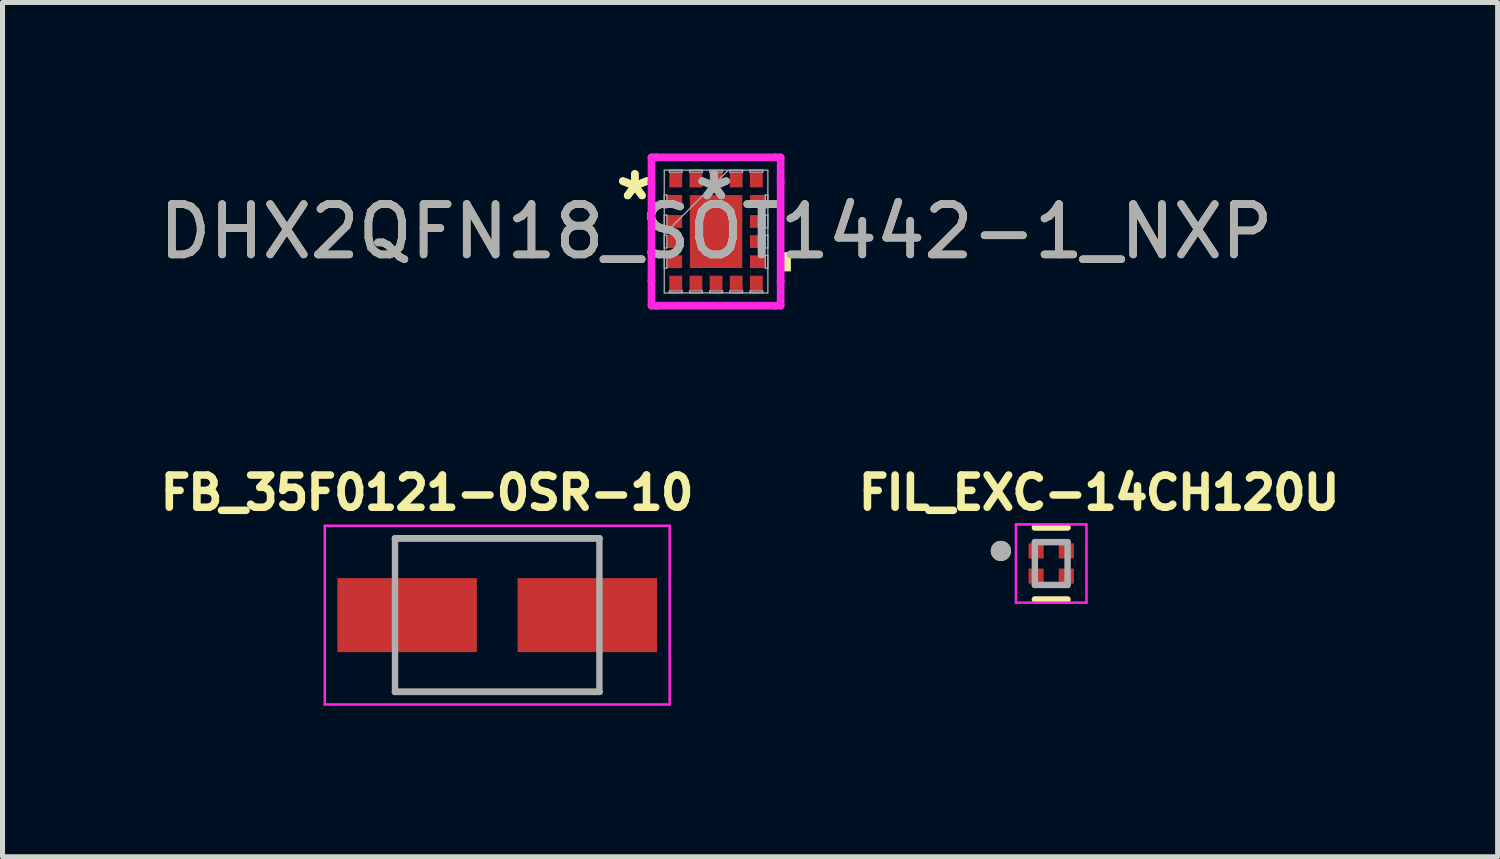
<source format=kicad_pcb>
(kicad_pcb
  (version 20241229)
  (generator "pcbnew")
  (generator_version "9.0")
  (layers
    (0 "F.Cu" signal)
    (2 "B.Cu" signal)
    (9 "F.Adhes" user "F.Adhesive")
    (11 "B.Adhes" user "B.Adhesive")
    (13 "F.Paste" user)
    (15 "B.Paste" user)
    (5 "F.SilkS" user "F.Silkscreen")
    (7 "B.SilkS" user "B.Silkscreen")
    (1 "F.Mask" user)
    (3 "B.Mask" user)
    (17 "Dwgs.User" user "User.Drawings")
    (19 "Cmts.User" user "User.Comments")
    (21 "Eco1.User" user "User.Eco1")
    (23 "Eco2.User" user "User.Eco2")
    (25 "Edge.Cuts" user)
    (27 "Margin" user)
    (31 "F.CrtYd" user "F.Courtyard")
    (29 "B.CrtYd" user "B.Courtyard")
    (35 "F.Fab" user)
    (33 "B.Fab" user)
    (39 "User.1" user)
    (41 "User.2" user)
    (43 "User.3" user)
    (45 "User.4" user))
  (footprint "DHX2QFN18_SOT1442-1_NXP"
    (layer "F.Cu")
    (at 11.173 1.549)
    (property "Reference" "DHX2QFN18_SOT1442-1_NXP" (at 0 0 0) (unlocked yes) (layer "F.SilkS") (effects (font (size 1 1) (thickness 0.15))))
    (attr smd)
    (fp_poly (pts (xy 1.486 0.41) (xy 1.486 0.791) (xy 1.232 0.791) (xy 1.232 0.41)) (stroke (width 0) (type solid)) (fill yes) (layer "F.SilkS"))
    (fp_line (start -1.283 -1.473) (end -1.181 -1.473) (stroke (width 0.152) (type solid)) (layer "F.CrtYd"))
    (fp_line (start -1.283 -0.981) (end -1.283 -1.473) (stroke (width 0.152) (type solid)) (layer "F.CrtYd"))
    (fp_line (start -1.283 -0.981) (end -1.283 -0.981) (stroke (width 0.152) (type solid)) (layer "F.CrtYd"))
    (fp_line (start -1.283 0.981) (end -1.283 -0.981) (stroke (width 0.152) (type solid)) (layer "F.CrtYd"))
    (fp_line (start -1.283 0.981) (end -1.283 0.981) (stroke (width 0.152) (type solid)) (layer "F.CrtYd"))
    (fp_line (start -1.283 1.473) (end -1.283 0.981) (stroke (width 0.152) (type solid)) (layer "F.CrtYd"))
    (fp_line (start -1.181 -1.473) (end -1.181 -1.473) (stroke (width 0.152) (type solid)) (layer "F.CrtYd"))
    (fp_line (start -1.181 -1.473) (end 1.181 -1.473) (stroke (width 0.152) (type solid)) (layer "F.CrtYd"))
    (fp_line (start -1.181 1.473) (end -1.283 1.473) (stroke (width 0.152) (type solid)) (layer "F.CrtYd"))
    (fp_line (start -1.181 1.473) (end -1.181 1.473) (stroke (width 0.152) (type solid)) (layer "F.CrtYd"))
    (fp_line (start 1.181 -1.473) (end 1.181 -1.473) (stroke (width 0.152) (type solid)) (layer "F.CrtYd"))
    (fp_line (start 1.181 -1.473) (end 1.283 -1.473) (stroke (width 0.152) (type solid)) (layer "F.CrtYd"))
    (fp_line (start 1.181 1.473) (end -1.181 1.473) (stroke (width 0.152) (type solid)) (layer "F.CrtYd"))
    (fp_line (start 1.181 1.473) (end 1.181 1.473) (stroke (width 0.152) (type solid)) (layer "F.CrtYd"))
    (fp_line (start 1.283 -1.473) (end 1.283 -0.981) (stroke (width 0.152) (type solid)) (layer "F.CrtYd"))
    (fp_line (start 1.283 -0.981) (end 1.283 -0.981) (stroke (width 0.152) (type solid)) (layer "F.CrtYd"))
    (fp_line (start 1.283 -0.981) (end 1.283 0.981) (stroke (width 0.152) (type solid)) (layer "F.CrtYd"))
    (fp_line (start 1.283 0.981) (end 1.283 0.981) (stroke (width 0.152) (type solid)) (layer "F.CrtYd"))
    (fp_line (start 1.283 0.981) (end 1.283 1.473) (stroke (width 0.152) (type solid)) (layer "F.CrtYd"))
    (fp_line (start 1.283 1.473) (end 1.181 1.473) (stroke (width 0.152) (type solid)) (layer "F.CrtYd"))
    (fp_line (start -1.029 -1.219) (end -1.029 1.219) (stroke (width 0.025) (type solid)) (layer "F.Fab"))
    (fp_line (start -1.029 -0.727) (end -0.978 -0.727) (stroke (width 0.025) (type solid)) (layer "F.Fab"))
    (fp_line (start -1.029 -0.473) (end -1.029 -0.727) (stroke (width 0.025) (type solid)) (layer "F.Fab"))
    (fp_line (start -1.029 -0.327) (end -0.978 -0.327) (stroke (width 0.025) (type solid)) (layer "F.Fab"))
    (fp_line (start -1.029 -0.073) (end -1.029 -0.327) (stroke (width 0.025) (type solid)) (layer "F.Fab"))
    (fp_line (start -1.029 0.051) (end 0.241 -1.219) (stroke (width 0.025) (type solid)) (layer "F.Fab"))
    (fp_line (start -1.029 0.073) (end -0.978 0.073) (stroke (width 0.025) (type solid)) (layer "F.Fab"))
    (fp_line (start -1.029 0.327) (end -1.029 0.073) (stroke (width 0.025) (type solid)) (layer "F.Fab"))
    (fp_line (start -1.029 0.473) (end -0.978 0.473) (stroke (width 0.025) (type solid)) (layer "F.Fab"))
    (fp_line (start -1.029 0.727) (end -1.029 0.473) (stroke (width 0.025) (type solid)) (layer "F.Fab"))
    (fp_line (start -1.029 1.219) (end 1.029 1.219) (stroke (width 0.025) (type solid)) (layer "F.Fab"))
    (fp_line (start -0.978 -0.727) (end -0.978 -0.473) (stroke (width 0.025) (type solid)) (layer "F.Fab"))
    (fp_line (start -0.978 -0.473) (end -1.029 -0.473) (stroke (width 0.025) (type solid)) (layer "F.Fab"))
    (fp_line (start -0.978 -0.327) (end -0.978 -0.073) (stroke (width 0.025) (type solid)) (layer "F.Fab"))
    (fp_line (start -0.978 -0.073) (end -1.029 -0.073) (stroke (width 0.025) (type solid)) (layer "F.Fab"))
    (fp_line (start -0.978 0.073) (end -0.978 0.327) (stroke (width 0.025) (type solid)) (layer "F.Fab"))
    (fp_line (start -0.978 0.327) (end -1.029 0.327) (stroke (width 0.025) (type solid)) (layer "F.Fab"))
    (fp_line (start -0.978 0.473) (end -0.978 0.727) (stroke (width 0.025) (type solid)) (layer "F.Fab"))
    (fp_line (start -0.978 0.727) (end -1.029 0.727) (stroke (width 0.025) (type solid)) (layer "F.Fab"))
    (fp_line (start -0.927 -1.219) (end -0.673 -1.219) (stroke (width 0.025) (type solid)) (layer "F.Fab"))
    (fp_line (start -0.927 -1.181) (end -0.927 -1.219) (stroke (width 0.025) (type solid)) (layer "F.Fab"))
    (fp_line (start -0.927 1.181) (end -0.673 1.181) (stroke (width 0.025) (type solid)) (layer "F.Fab"))
    (fp_line (start -0.927 1.219) (end -0.927 1.181) (stroke (width 0.025) (type solid)) (layer "F.Fab"))
    (fp_line (start -0.673 -1.219) (end -0.673 -1.181) (stroke (width 0.025) (type solid)) (layer "F.Fab"))
    (fp_line (start -0.673 -1.181) (end -0.927 -1.181) (stroke (width 0.025) (type solid)) (layer "F.Fab"))
    (fp_line (start -0.673 1.181) (end -0.673 1.219) (stroke (width 0.025) (type solid)) (layer "F.Fab"))
    (fp_line (start -0.673 1.219) (end -0.927 1.219) (stroke (width 0.025) (type solid)) (layer "F.Fab"))
    (fp_line (start -0.527 -1.219) (end -0.273 -1.219) (stroke (width 0.025) (type solid)) (layer "F.Fab"))
    (fp_line (start -0.527 -1.181) (end -0.527 -1.219) (stroke (width 0.025) (type solid)) (layer "F.Fab"))
    (fp_line (start -0.527 1.181) (end -0.273 1.181) (stroke (width 0.025) (type solid)) (layer "F.Fab"))
    (fp_line (start -0.527 1.219) (end -0.527 1.181) (stroke (width 0.025) (type solid)) (layer "F.Fab"))
    (fp_line (start -0.273 -1.219) (end -0.273 -1.181) (stroke (width 0.025) (type solid)) (layer "F.Fab"))
    (fp_line (start -0.273 -1.181) (end -0.527 -1.181) (stroke (width 0.025) (type solid)) (layer "F.Fab"))
    (fp_line (start -0.273 1.181) (end -0.273 1.219) (stroke (width 0.025) (type solid)) (layer "F.Fab"))
    (fp_line (start -0.273 1.219) (end -0.527 1.219) (stroke (width 0.025) (type solid)) (layer "F.Fab"))
    (fp_line (start -0.127 -1.219) (end 0.127 -1.219) (stroke (width 0.025) (type solid)) (layer "F.Fab"))
    (fp_line (start -0.127 -1.181) (end -0.127 -1.219) (stroke (width 0.025) (type solid)) (layer "F.Fab"))
    (fp_line (start -0.127 1.181) (end 0.127 1.181) (stroke (width 0.025) (type solid)) (layer "F.Fab"))
    (fp_line (start -0.127 1.219) (end -0.127 1.181) (stroke (width 0.025) (type solid)) (layer "F.Fab"))
    (fp_line (start 0.127 -1.219) (end 0.127 -1.181) (stroke (width 0.025) (type solid)) (layer "F.Fab"))
    (fp_line (start 0.127 -1.181) (end -0.127 -1.181) (stroke (width 0.025) (type solid)) (layer "F.Fab"))
    (fp_line (start 0.127 1.181) (end 0.127 1.219) (stroke (width 0.025) (type solid)) (layer "F.Fab"))
    (fp_line (start 0.127 1.219) (end -0.127 1.219) (stroke (width 0.025) (type solid)) (layer "F.Fab"))
    (fp_line (start 0.273 -1.219) (end 0.527 -1.219) (stroke (width 0.025) (type solid)) (layer "F.Fab"))
    (fp_line (start 0.273 -1.181) (end 0.273 -1.219) (stroke (width 0.025) (type solid)) (layer "F.Fab"))
    (fp_line (start 0.273 1.181) (end 0.527 1.181) (stroke (width 0.025) (type solid)) (layer "F.Fab"))
    (fp_line (start 0.273 1.219) (end 0.273 1.181) (stroke (width 0.025) (type solid)) (layer "F.Fab"))
    (fp_line (start 0.527 -1.219) (end 0.527 -1.181) (stroke (width 0.025) (type solid)) (layer "F.Fab"))
    (fp_line (start 0.527 -1.181) (end 0.273 -1.181) (stroke (width 0.025) (type solid)) (layer "F.Fab"))
    (fp_line (start 0.527 1.181) (end 0.527 1.219) (stroke (width 0.025) (type solid)) (layer "F.Fab"))
    (fp_line (start 0.527 1.219) (end 0.273 1.219) (stroke (width 0.025) (type solid)) (layer "F.Fab"))
    (fp_line (start 0.673 -1.219) (end 0.927 -1.219) (stroke (width 0.025) (type solid)) (layer "F.Fab"))
    (fp_line (start 0.673 -1.181) (end 0.673 -1.219) (stroke (width 0.025) (type solid)) (layer "F.Fab"))
    (fp_line (start 0.673 1.181) (end 0.927 1.181) (stroke (width 0.025) (type solid)) (layer "F.Fab"))
    (fp_line (start 0.673 1.219) (end 0.673 1.181) (stroke (width 0.025) (type solid)) (layer "F.Fab"))
    (fp_line (start 0.927 -1.219) (end 0.927 -1.181) (stroke (width 0.025) (type solid)) (layer "F.Fab"))
    (fp_line (start 0.927 -1.181) (end 0.673 -1.181) (stroke (width 0.025) (type solid)) (layer "F.Fab"))
    (fp_line (start 0.927 1.181) (end 0.927 1.219) (stroke (width 0.025) (type solid)) (layer "F.Fab"))
    (fp_line (start 0.927 1.219) (end 0.673 1.219) (stroke (width 0.025) (type solid)) (layer "F.Fab"))
    (fp_line (start 0.978 -0.727) (end 1.029 -0.727) (stroke (width 0.025) (type solid)) (layer "F.Fab"))
    (fp_line (start 0.978 -0.473) (end 0.978 -0.727) (stroke (width 0.025) (type solid)) (layer "F.Fab"))
    (fp_line (start 0.978 -0.327) (end 1.029 -0.327) (stroke (width 0.025) (type solid)) (layer "F.Fab"))
    (fp_line (start 0.978 -0.073) (end 0.978 -0.327) (stroke (width 0.025) (type solid)) (layer "F.Fab"))
    (fp_line (start 0.978 0.073) (end 1.029 0.073) (stroke (width 0.025) (type solid)) (layer "F.Fab"))
    (fp_line (start 0.978 0.327) (end 0.978 0.073) (stroke (width 0.025) (type solid)) (layer "F.Fab"))
    (fp_line (start 0.978 0.473) (end 1.029 0.473) (stroke (width 0.025) (type solid)) (layer "F.Fab"))
    (fp_line (start 0.978 0.727) (end 0.978 0.473) (stroke (width 0.025) (type solid)) (layer "F.Fab"))
    (fp_line (start 1.029 -1.219) (end -1.029 -1.219) (stroke (width 0.025) (type solid)) (layer "F.Fab"))
    (fp_line (start 1.029 -0.727) (end 1.029 -0.473) (stroke (width 0.025) (type solid)) (layer "F.Fab"))
    (fp_line (start 1.029 -0.473) (end 0.978 -0.473) (stroke (width 0.025) (type solid)) (layer "F.Fab"))
    (fp_line (start 1.029 -0.327) (end 1.029 -0.073) (stroke (width 0.025) (type solid)) (layer "F.Fab"))
    (fp_line (start 1.029 -0.073) (end 0.978 -0.073) (stroke (width 0.025) (type solid)) (layer "F.Fab"))
    (fp_line (start 1.029 0.073) (end 1.029 0.327) (stroke (width 0.025) (type solid)) (layer "F.Fab"))
    (fp_line (start 1.029 0.327) (end 0.978 0.327) (stroke (width 0.025) (type solid)) (layer "F.Fab"))
    (fp_line (start 1.029 0.473) (end 1.029 0.727) (stroke (width 0.025) (type solid)) (layer "F.Fab"))
    (fp_line (start 1.029 0.727) (end 0.978 0.727) (stroke (width 0.025) (type solid)) (layer "F.Fab"))
    (fp_line (start 1.029 1.219) (end 1.029 -1.219) (stroke (width 0.025) (type solid)) (layer "F.Fab"))
    (fp_text user "*" (at -1.613 -0.6 0) (unlocked yes) (layer "F.SilkS") (effects (font (size 1 1) (thickness 0.15))))
    (fp_text user "*" (at -1.613 -0.6 0) (layer "F.SilkS") (effects (font (size 1 1) (thickness 0.15))))
    (fp_text user "*" (at -0.038 -0.6 0) (unlocked yes) (layer "F.Fab") (effects (font (size 1 1) (thickness 0.15))))
    (fp_text user "*" (at -0.038 -0.6 0) (layer "F.Fab") (effects (font (size 1 1) (thickness 0.15))))
    (fp_text user "${REFERENCE}" (at 0 0 0) (unlocked yes) (layer "F.Fab") (effects (font (size 1 1) (thickness 0.15))))
    (pad "1" smd rect (at -0.826 -0.6 90) (size 0.254 0.305) (layers "F.Cu" "F.Mask" "F.Paste"))
    (pad "2" smd rect (at -0.826 -0.2 90) (size 0.254 0.305) (layers "F.Cu" "F.Mask" "F.Paste"))
    (pad "3" smd rect (at -0.826 0.2 90) (size 0.254 0.305) (layers "F.Cu" "F.Mask" "F.Paste"))
    (pad "4" smd rect (at -0.826 0.6 90) (size 0.254 0.305) (layers "F.Cu" "F.Mask" "F.Paste"))
    (pad "5" smd rect (at -0.8 1.029) (size 0.254 0.305) (layers "F.Cu" "F.Mask" "F.Paste"))
    (pad "6" smd rect (at -0.4 1.029) (size 0.254 0.305) (layers "F.Cu" "F.Mask" "F.Paste"))
    (pad "7" smd rect (at 0 1.029) (size 0.254 0.305) (layers "F.Cu" "F.Mask" "F.Paste"))
    (pad "8" smd rect (at 0.4 1.029) (size 0.254 0.305) (layers "F.Cu" "F.Mask" "F.Paste"))
    (pad "9" smd rect (at 0.8 1.029) (size 0.254 0.305) (layers "F.Cu" "F.Mask" "F.Paste"))
    (pad "10" smd rect (at 0.826 0.6 90) (size 0.254 0.305) (layers "F.Cu" "F.Mask" "F.Paste"))
    (pad "11" smd rect (at 0.826 0.2 90) (size 0.254 0.305) (layers "F.Cu" "F.Mask" "F.Paste"))
    (pad "12" smd rect (at 0.826 -0.2 90) (size 0.254 0.305) (layers "F.Cu" "F.Mask" "F.Paste"))
    (pad "13" smd rect (at 0.826 -0.6 90) (size 0.254 0.305) (layers "F.Cu" "F.Mask" "F.Paste"))
    (pad "14" smd rect (at 0.8 -1.029) (size 0.254 0.305) (layers "F.Cu" "F.Mask" "F.Paste"))
    (pad "15" smd rect (at 0.4 -1.029) (size 0.254 0.305) (layers "F.Cu" "F.Mask" "F.Paste"))
    (pad "16" smd rect (at 0 -1.029) (size 0.254 0.305) (layers "F.Cu" "F.Mask" "F.Paste"))
    (pad "17" smd rect (at -0.4 -1.029) (size 0.254 0.305) (layers "F.Cu" "F.Mask" "F.Paste"))
    (pad "18" smd rect (at -0.8 -1.029) (size 0.254 0.305) (layers "F.Cu" "F.Mask" "F.Paste"))
    (pad "19" smd rect (at 0 0) (size 1.041 1.448) (layers "F.Cu" "F.Mask" "F.Paste")))
  (footprint "FB_35F0121-0SR-10"
    (layer "F.Cu")
    (at 6.826 9.168)
    (property "Reference" "FB_35F0121-0SR-10" (at -1.393 -2.431 0) (layer "F.SilkS") (effects (font (size 0.64 0.64) (thickness 0.15))))
    (attr smd)
    (fp_line (start -2.03 -1.525) (end 2.03 -1.525) (stroke (width 0.127) (type solid)) (layer "F.SilkS"))
    (fp_line (start -2.03 1.525) (end 2.03 1.525) (stroke (width 0.127) (type solid)) (layer "F.SilkS"))
    (fp_line (start -3.425 -1.775) (end -3.425 1.775) (stroke (width 0.05) (type solid)) (layer "F.CrtYd"))
    (fp_line (start -3.425 1.775) (end 3.425 1.775) (stroke (width 0.05) (type solid)) (layer "F.CrtYd"))
    (fp_line (start 3.425 -1.775) (end -3.425 -1.775) (stroke (width 0.05) (type solid)) (layer "F.CrtYd"))
    (fp_line (start 3.425 1.775) (end 3.425 -1.775) (stroke (width 0.05) (type solid)) (layer "F.CrtYd"))
    (fp_line (start -2.03 -1.525) (end -2.03 1.525) (stroke (width 0.127) (type solid)) (layer "F.Fab"))
    (fp_line (start -2.03 -1.525) (end 2.03 -1.525) (stroke (width 0.127) (type solid)) (layer "F.Fab"))
    (fp_line (start -2.03 1.525) (end 2.03 1.525) (stroke (width 0.127) (type solid)) (layer "F.Fab"))
    (fp_line (start 2.03 -1.525) (end 2.03 1.525) (stroke (width 0.127) (type solid)) (layer "F.Fab"))
    (pad "1" smd rect (at -1.79 0) (size 2.77 1.47) (layers "F.Cu" "F.Mask" "F.Paste"))
    (pad "2" smd rect (at 1.79 0) (size 2.77 1.47) (layers "F.Cu" "F.Mask" "F.Paste")))
  (footprint "FIL_EXC-14CH120U"
    (layer "F.Cu")
    (at 17.83 8.143)
    (property "Reference" "FIL_EXC-14CH120U" (at 0.952 -1.406 0) (layer "F.SilkS") (effects (font (size 0.64 0.64) (thickness 0.15))))
    (attr smd)
    (fp_line (start -0.325 -0.714) (end 0.325 -0.714) (stroke (width 0.127) (type solid)) (layer "F.SilkS"))
    (fp_line (start -0.325 0.714) (end 0.325 0.714) (stroke (width 0.127) (type solid)) (layer "F.SilkS"))
    (fp_circle (center -1 -0.25) (end -0.9 -0.25) (stroke (width 0.2) (type solid)) (fill no) (layer "F.SilkS"))
    (fp_line (start -0.7 -0.777) (end 0.7 -0.777) (stroke (width 0.05) (type solid)) (layer "F.CrtYd"))
    (fp_line (start -0.7 0.777) (end -0.7 -0.777) (stroke (width 0.05) (type solid)) (layer "F.CrtYd"))
    (fp_line (start 0.7 -0.777) (end 0.7 0.777) (stroke (width 0.05) (type solid)) (layer "F.CrtYd"))
    (fp_line (start 0.7 0.777) (end -0.7 0.777) (stroke (width 0.05) (type solid)) (layer "F.CrtYd"))
    (fp_line (start -0.325 -0.425) (end 0.325 -0.425) (stroke (width 0.127) (type solid)) (layer "F.Fab"))
    (fp_line (start -0.325 0.425) (end -0.325 -0.425) (stroke (width 0.127) (type solid)) (layer "F.Fab"))
    (fp_line (start 0.325 -0.425) (end 0.325 0.425) (stroke (width 0.127) (type solid)) (layer "F.Fab"))
    (fp_line (start 0.325 0.425) (end -0.325 0.425) (stroke (width 0.127) (type solid)) (layer "F.Fab"))
    (fp_circle (center -1 -0.25) (end -0.9 -0.25) (stroke (width 0.2) (type solid)) (fill no) (layer "F.Fab"))
    (pad "1" smd rect (at -0.3 -0.25) (size 0.3 0.3) (layers "F.Cu" "F.Mask" "F.Paste"))
    (pad "2" smd rect (at -0.3 0.25) (size 0.3 0.3) (layers "F.Cu" "F.Mask" "F.Paste"))
    (pad "3" smd rect (at 0.3 0.25) (size 0.3 0.3) (layers "F.Cu" "F.Mask" "F.Paste"))
    (pad "4" smd rect (at 0.3 -0.25) (size 0.3 0.3) (layers "F.Cu" "F.Mask" "F.Paste")))
  (gr_rect
    (start -3 -3)
    (end 26.697 13.968)
    (stroke (width 0.1) (type default))
    (fill no)
    (layer "Edge.Cuts")))
</source>
